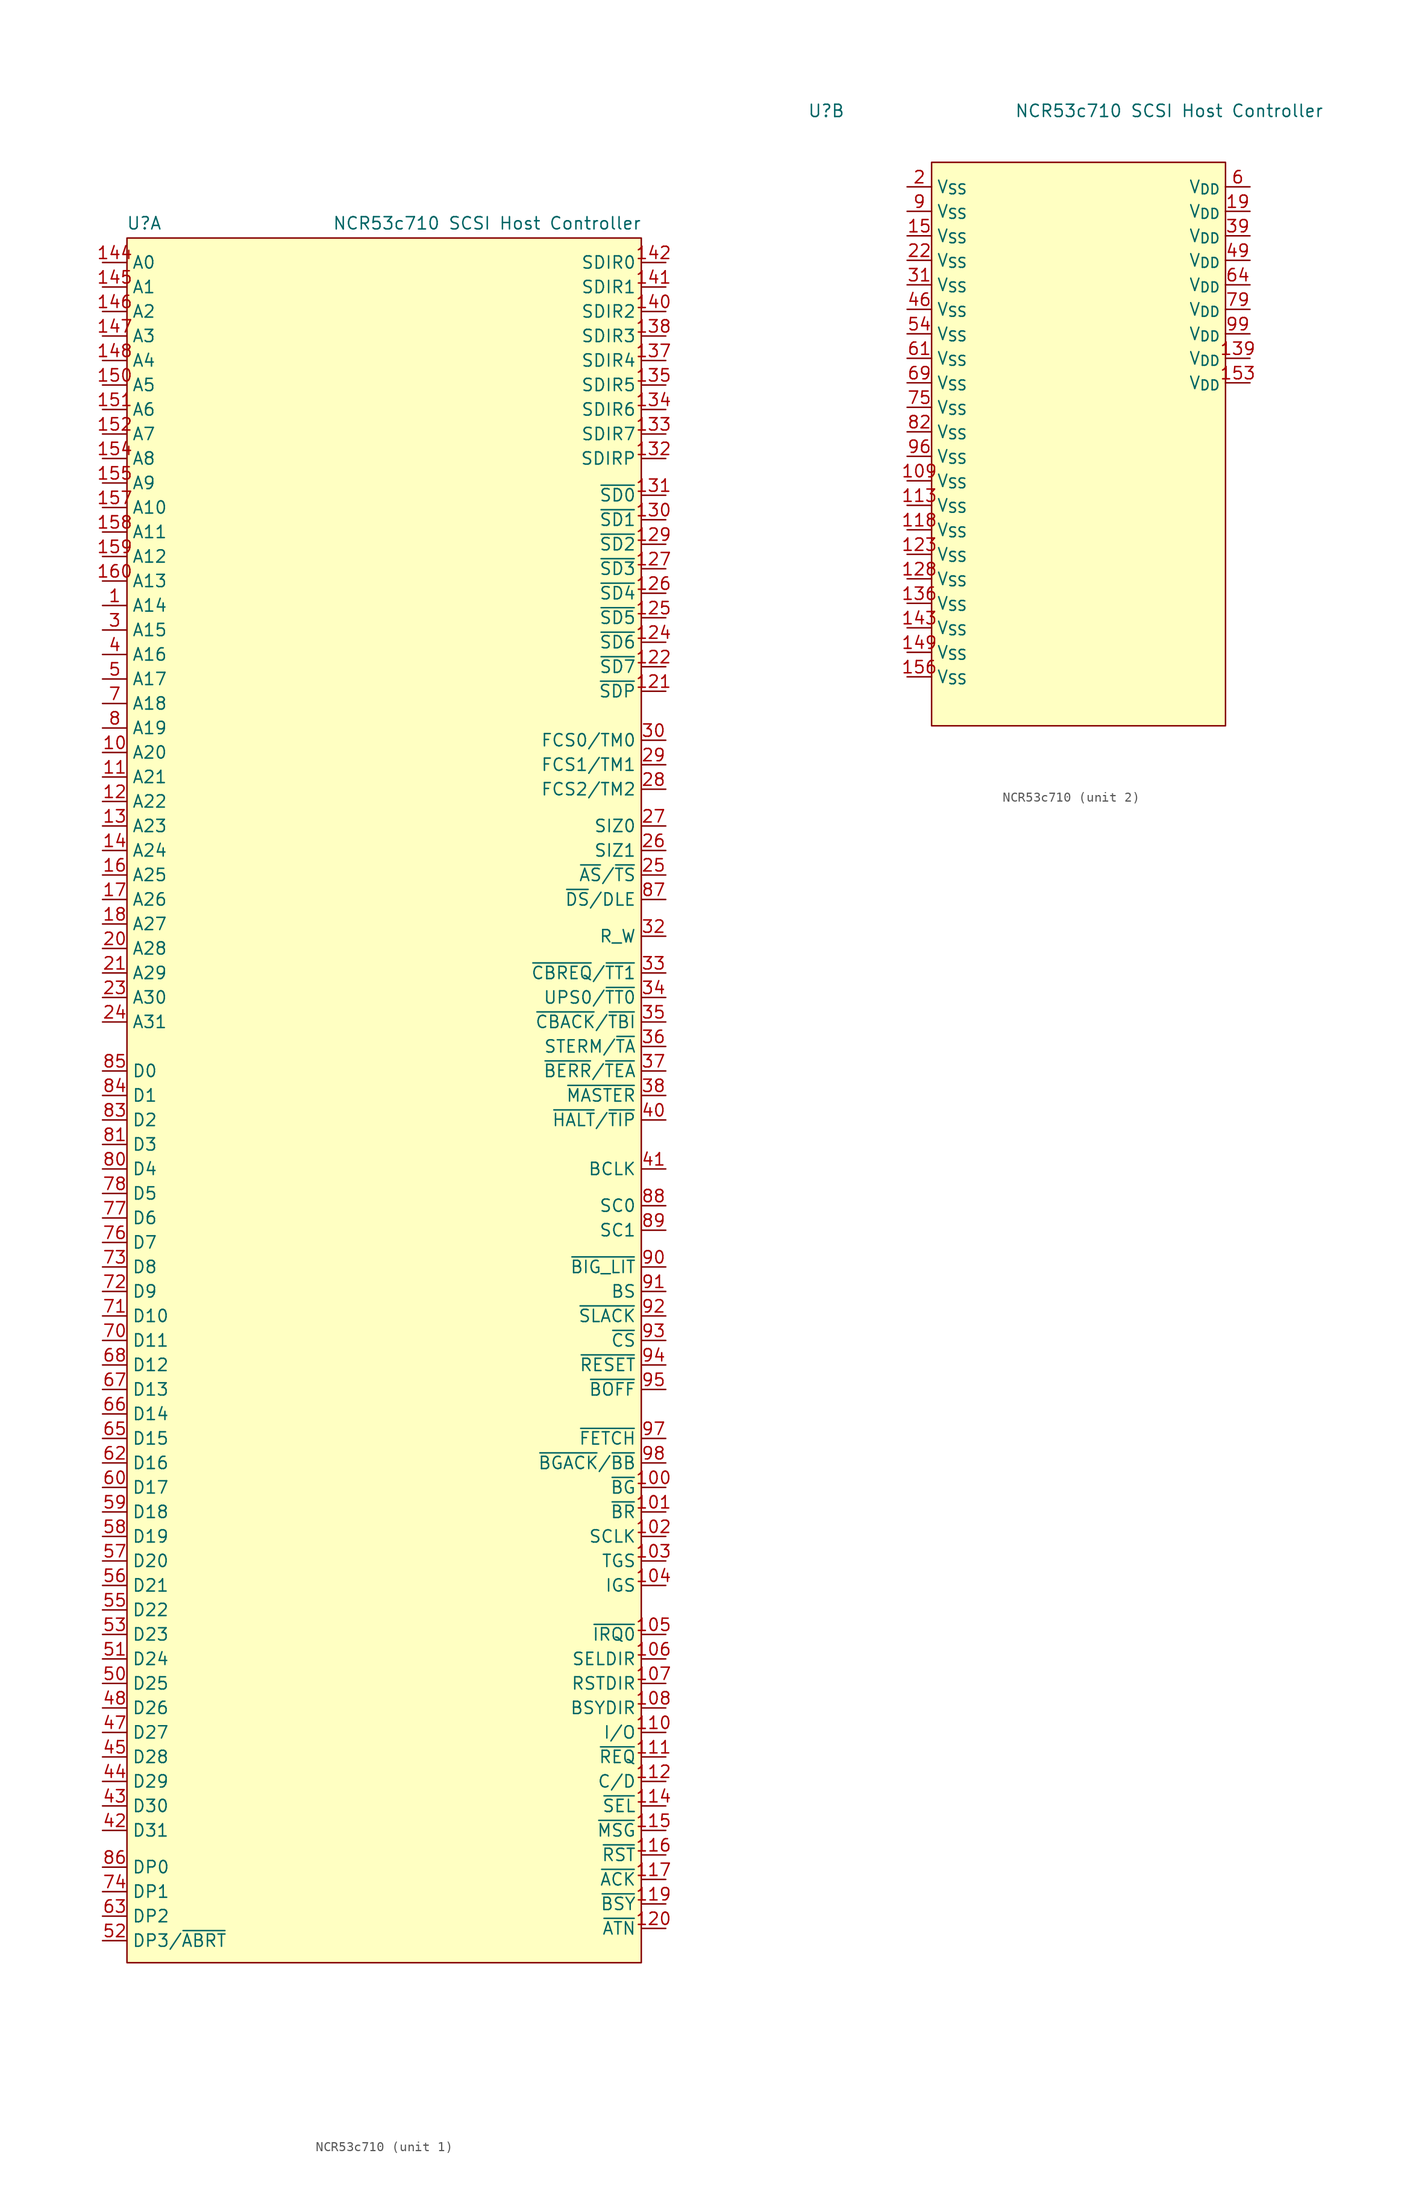
<source format=kicad_sym>
(kicad_symbol_lib
  (version 20241209)
  (generator "kicad_symbol_editor")
  (generator_version "9.0")
  (symbol "NCR53c710"
    (property "Reference" "U"
      (at -26.162 43.434 0)
      (effects (font (size 1.27 1.27))))
    (property "Value" "NCR53c710 SCSI Host Controller"
      (at 9.398 43.434 0)
      (effects (font (size 1.27 1.27))))
    (property "ki_locked" ""
      (at 0 0 0)
      (effects (font (size 1.27 1.27))))
    (symbol "NCR53c710_1_1"
      (rectangle (start -27.94 41.91) (end 25.4 -136.906) (stroke (width 0) (type solid)) (fill (type color) (color 255 255 194 1)))
      (pin input line (at -30.48 39.37 0) (length 2.54) (name "A0" (effects (font (size 1.27 1.27)))) (number "144" (effects (font (size 1.27 1.27)))))
      (pin input line (at -30.48 36.83 0) (length 2.54) (name "A1" (effects (font (size 1.27 1.27)))) (number "145" (effects (font (size 1.27 1.27)))))
      (pin input line (at -30.48 34.29 0) (length 2.54) (name "A2" (effects (font (size 1.27 1.27)))) (number "146" (effects (font (size 1.27 1.27)))))
      (pin input line (at -30.48 31.75 0) (length 2.54) (name "A3" (effects (font (size 1.27 1.27)))) (number "147" (effects (font (size 1.27 1.27)))))
      (pin input line (at -30.48 29.21 0) (length 2.54) (name "A4" (effects (font (size 1.27 1.27)))) (number "148" (effects (font (size 1.27 1.27)))))
      (pin input line (at -30.48 26.67 0) (length 2.54) (name "A5" (effects (font (size 1.27 1.27)))) (number "150" (effects (font (size 1.27 1.27)))))
      (pin input line (at -30.48 24.13 0) (length 2.54) (name "A6" (effects (font (size 1.27 1.27)))) (number "151" (effects (font (size 1.27 1.27)))))
      (pin input line (at -30.48 21.59 0) (length 2.54) (name "A7" (effects (font (size 1.27 1.27)))) (number "152" (effects (font (size 1.27 1.27)))))
      (pin input line (at -30.48 19.05 0) (length 2.54) (name "A8" (effects (font (size 1.27 1.27)))) (number "154" (effects (font (size 1.27 1.27)))))
      (pin input line (at -30.48 16.51 0) (length 2.54) (name "A9" (effects (font (size 1.27 1.27)))) (number "155" (effects (font (size 1.27 1.27)))))
      (pin input line (at -30.48 13.97 0) (length 2.54) (name "A10" (effects (font (size 1.27 1.27)))) (number "157" (effects (font (size 1.27 1.27)))))
      (pin input line (at -30.48 11.43 0) (length 2.54) (name "A11" (effects (font (size 1.27 1.27)))) (number "158" (effects (font (size 1.27 1.27)))))
      (pin input line (at -30.48 8.89 0) (length 2.54) (name "A12" (effects (font (size 1.27 1.27)))) (number "159" (effects (font (size 1.27 1.27)))))
      (pin input line (at -30.48 6.35 0) (length 2.54) (name "A13" (effects (font (size 1.27 1.27)))) (number "160" (effects (font (size 1.27 1.27)))))
      (pin input line (at -30.48 3.81 0) (length 2.54) (name "A14" (effects (font (size 1.27 1.27)))) (number "1" (effects (font (size 1.27 1.27)))))
      (pin input line (at -30.48 1.27 0) (length 2.54) (name "A15" (effects (font (size 1.27 1.27)))) (number "3" (effects (font (size 1.27 1.27)))))
      (pin input line (at -30.48 -1.27 0) (length 2.54) (name "A16" (effects (font (size 1.27 1.27)))) (number "4" (effects (font (size 1.27 1.27)))))
      (pin input line (at -30.48 -3.81 0) (length 2.54) (name "A17" (effects (font (size 1.27 1.27)))) (number "5" (effects (font (size 1.27 1.27)))))
      (pin input line (at -30.48 -6.35 0) (length 2.54) (name "A18" (effects (font (size 1.27 1.27)))) (number "7" (effects (font (size 1.27 1.27)))))
      (pin input line (at -30.48 -8.89 0) (length 2.54) (name "A19" (effects (font (size 1.27 1.27)))) (number "8" (effects (font (size 1.27 1.27)))))
      (pin input line (at -30.48 -11.43 0) (length 2.54) (name "A20" (effects (font (size 1.27 1.27)))) (number "10" (effects (font (size 1.27 1.27)))))
      (pin input line (at -30.48 -13.97 0) (length 2.54) (name "A21" (effects (font (size 1.27 1.27)))) (number "11" (effects (font (size 1.27 1.27)))))
      (pin input line (at -30.48 -16.51 0) (length 2.54) (name "A22" (effects (font (size 1.27 1.27)))) (number "12" (effects (font (size 1.27 1.27)))))
      (pin input line (at -30.48 -19.05 0) (length 2.54) (name "A23" (effects (font (size 1.27 1.27)))) (number "13" (effects (font (size 1.27 1.27)))))
      (pin input line (at -30.48 -21.59 0) (length 2.54) (name "A24" (effects (font (size 1.27 1.27)))) (number "14" (effects (font (size 1.27 1.27)))))
      (pin input line (at -30.48 -24.13 0) (length 2.54) (name "A25" (effects (font (size 1.27 1.27)))) (number "16" (effects (font (size 1.27 1.27)))))
      (pin input line (at -30.48 -26.67 0) (length 2.54) (name "A26" (effects (font (size 1.27 1.27)))) (number "17" (effects (font (size 1.27 1.27)))))
      (pin input line (at -30.48 -29.21 0) (length 2.54) (name "A27" (effects (font (size 1.27 1.27)))) (number "18" (effects (font (size 1.27 1.27)))))
      (pin input line (at -30.48 -31.75 0) (length 2.54) (name "A28" (effects (font (size 1.27 1.27)))) (number "20" (effects (font (size 1.27 1.27)))))
      (pin input line (at -30.48 -34.29 0) (length 2.54) (name "A29" (effects (font (size 1.27 1.27)))) (number "21" (effects (font (size 1.27 1.27)))))
      (pin input line (at -30.48 -36.83 0) (length 2.54) (name "A30" (effects (font (size 1.27 1.27)))) (number "23" (effects (font (size 1.27 1.27)))))
      (pin input line (at -30.48 -39.37 0) (length 2.54) (name "A31" (effects (font (size 1.27 1.27)))) (number "24" (effects (font (size 1.27 1.27)))))
      (pin bidirectional line (at -30.48 -44.45 0) (length 2.54) (name "D0" (effects (font (size 1.27 1.27)))) (number "85" (effects (font (size 1.27 1.27)))))
      (pin input line (at -30.48 -46.99 0) (length 2.54) (name "D1" (effects (font (size 1.27 1.27)))) (number "84" (effects (font (size 1.27 1.27)))))
      (pin input line (at -30.48 -49.53 0) (length 2.54) (name "D2" (effects (font (size 1.27 1.27)))) (number "83" (effects (font (size 1.27 1.27)))))
      (pin input line (at -30.48 -52.07 0) (length 2.54) (name "D3" (effects (font (size 1.27 1.27)))) (number "81" (effects (font (size 1.27 1.27)))))
      (pin input line (at -30.48 -54.61 0) (length 2.54) (name "D4" (effects (font (size 1.27 1.27)))) (number "80" (effects (font (size 1.27 1.27)))))
      (pin input line (at -30.48 -57.15 0) (length 2.54) (name "D5" (effects (font (size 1.27 1.27)))) (number "78" (effects (font (size 1.27 1.27)))))
      (pin input line (at -30.48 -59.69 0) (length 2.54) (name "D6" (effects (font (size 1.27 1.27)))) (number "77" (effects (font (size 1.27 1.27)))))
      (pin input line (at -30.48 -62.23 0) (length 2.54) (name "D7" (effects (font (size 1.27 1.27)))) (number "76" (effects (font (size 1.27 1.27)))))
      (pin input line (at -30.48 -64.77 0) (length 2.54) (name "D8" (effects (font (size 1.27 1.27)))) (number "73" (effects (font (size 1.27 1.27)))))
      (pin input line (at -30.48 -67.31 0) (length 2.54) (name "D9" (effects (font (size 1.27 1.27)))) (number "72" (effects (font (size 1.27 1.27)))))
      (pin input line (at -30.48 -69.85 0) (length 2.54) (name "D10" (effects (font (size 1.27 1.27)))) (number "71" (effects (font (size 1.27 1.27)))))
      (pin input line (at -30.48 -72.39 0) (length 2.54) (name "D11" (effects (font (size 1.27 1.27)))) (number "70" (effects (font (size 1.27 1.27)))))
      (pin input line (at -30.48 -74.93 0) (length 2.54) (name "D12" (effects (font (size 1.27 1.27)))) (number "68" (effects (font (size 1.27 1.27)))))
      (pin input line (at -30.48 -77.47 0) (length 2.54) (name "D13" (effects (font (size 1.27 1.27)))) (number "67" (effects (font (size 1.27 1.27)))))
      (pin input line (at -30.48 -80.01 0) (length 2.54) (name "D14" (effects (font (size 1.27 1.27)))) (number "66" (effects (font (size 1.27 1.27)))))
      (pin input line (at -30.48 -82.55 0) (length 2.54) (name "D15" (effects (font (size 1.27 1.27)))) (number "65" (effects (font (size 1.27 1.27)))))
      (pin input line (at -30.48 -85.09 0) (length 2.54) (name "D16" (effects (font (size 1.27 1.27)))) (number "62" (effects (font (size 1.27 1.27)))))
      (pin input line (at -30.48 -87.63 0) (length 2.54) (name "D17" (effects (font (size 1.27 1.27)))) (number "60" (effects (font (size 1.27 1.27)))))
      (pin input line (at -30.48 -90.17 0) (length 2.54) (name "D18" (effects (font (size 1.27 1.27)))) (number "59" (effects (font (size 1.27 1.27)))))
      (pin input line (at -30.48 -92.71 0) (length 2.54) (name "D19" (effects (font (size 1.27 1.27)))) (number "58" (effects (font (size 1.27 1.27)))))
      (pin input line (at -30.48 -95.25 0) (length 2.54) (name "D20" (effects (font (size 1.27 1.27)))) (number "57" (effects (font (size 1.27 1.27)))))
      (pin input line (at -30.48 -97.79 0) (length 2.54) (name "D21" (effects (font (size 1.27 1.27)))) (number "56" (effects (font (size 1.27 1.27)))))
      (pin input line (at -30.48 -100.33 0) (length 2.54) (name "D22" (effects (font (size 1.27 1.27)))) (number "55" (effects (font (size 1.27 1.27)))))
      (pin input line (at -30.48 -102.87 0) (length 2.54) (name "D23" (effects (font (size 1.27 1.27)))) (number "53" (effects (font (size 1.27 1.27)))))
      (pin input line (at -30.48 -105.41 0) (length 2.54) (name "D24" (effects (font (size 1.27 1.27)))) (number "51" (effects (font (size 1.27 1.27)))))
      (pin input line (at -30.48 -107.95 0) (length 2.54) (name "D25" (effects (font (size 1.27 1.27)))) (number "50" (effects (font (size 1.27 1.27)))))
      (pin input line (at -30.48 -110.49 0) (length 2.54) (name "D26" (effects (font (size 1.27 1.27)))) (number "48" (effects (font (size 1.27 1.27)))))
      (pin input line (at -30.48 -113.03 0) (length 2.54) (name "D27" (effects (font (size 1.27 1.27)))) (number "47" (effects (font (size 1.27 1.27)))))
      (pin input line (at -30.48 -115.57 0) (length 2.54) (name "D28" (effects (font (size 1.27 1.27)))) (number "45" (effects (font (size 1.27 1.27)))))
      (pin input line (at -30.48 -118.11 0) (length 2.54) (name "D29" (effects (font (size 1.27 1.27)))) (number "44" (effects (font (size 1.27 1.27)))))
      (pin input line (at -30.48 -120.65 0) (length 2.54) (name "D30" (effects (font (size 1.27 1.27)))) (number "43" (effects (font (size 1.27 1.27)))))
      (pin input line (at -30.48 -123.19 0) (length 2.54) (name "D31" (effects (font (size 1.27 1.27)))) (number "42" (effects (font (size 1.27 1.27)))))
      (pin input line (at -30.48 -127 0) (length 2.54) (name "DP0" (effects (font (size 1.27 1.27)))) (number "86" (effects (font (size 1.27 1.27)))))
      (pin input line (at -30.48 -129.54 0) (length 2.54) (name "DP1" (effects (font (size 1.27 1.27)))) (number "74" (effects (font (size 1.27 1.27)))))
      (pin input line (at -30.48 -132.08 0) (length 2.54) (name "DP2" (effects (font (size 1.27 1.27)))) (number "63" (effects (font (size 1.27 1.27)))))
      (pin input line (at -30.48 -134.62 0) (length 2.54) (name "DP3/~{ABRT}" (effects (font (size 1.27 1.27)))) (number "52" (effects (font (size 1.27 1.27)))))
      (pin input line (at 27.94 39.37 180) (length 2.54) (name "SDIR0" (effects (font (size 1.27 1.27)))) (number "142" (effects (font (size 1.27 1.27)))))
      (pin input line (at 27.94 36.83 180) (length 2.54) (name "SDIR1" (effects (font (size 1.27 1.27)))) (number "141" (effects (font (size 1.27 1.27)))))
      (pin input line (at 27.94 34.29 180) (length 2.54) (name "SDIR2" (effects (font (size 1.27 1.27)))) (number "140" (effects (font (size 1.27 1.27)))))
      (pin input line (at 27.94 31.75 180) (length 2.54) (name "SDIR3" (effects (font (size 1.27 1.27)))) (number "138" (effects (font (size 1.27 1.27)))))
      (pin input line (at 27.94 29.21 180) (length 2.54) (name "SDIR4" (effects (font (size 1.27 1.27)))) (number "137" (effects (font (size 1.27 1.27)))))
      (pin input line (at 27.94 26.67 180) (length 2.54) (name "SDIR5" (effects (font (size 1.27 1.27)))) (number "135" (effects (font (size 1.27 1.27)))))
      (pin input line (at 27.94 24.13 180) (length 2.54) (name "SDIR6" (effects (font (size 1.27 1.27)))) (number "134" (effects (font (size 1.27 1.27)))))
      (pin input line (at 27.94 21.59 180) (length 2.54) (name "SDIR7" (effects (font (size 1.27 1.27)))) (number "133" (effects (font (size 1.27 1.27)))))
      (pin input line (at 27.94 19.05 180) (length 2.54) (name "SDIRP" (effects (font (size 1.27 1.27)))) (number "132" (effects (font (size 1.27 1.27)))))
      (pin input line (at 27.94 15.24 180) (length 2.54) (name "~{SD0}" (effects (font (size 1.27 1.27)))) (number "131" (effects (font (size 1.27 1.27)))))
      (pin input line (at 27.94 12.7 180) (length 2.54) (name "~{SD1}" (effects (font (size 1.27 1.27)))) (number "130" (effects (font (size 1.27 1.27)))))
      (pin input line (at 27.94 10.16 180) (length 2.54) (name "~{SD2}" (effects (font (size 1.27 1.27)))) (number "129" (effects (font (size 1.27 1.27)))))
      (pin input line (at 27.94 7.62 180) (length 2.54) (name "~{SD3}" (effects (font (size 1.27 1.27)))) (number "127" (effects (font (size 1.27 1.27)))))
      (pin input line (at 27.94 5.08 180) (length 2.54) (name "~{SD4}" (effects (font (size 1.27 1.27)))) (number "126" (effects (font (size 1.27 1.27)))))
      (pin input line (at 27.94 2.54 180) (length 2.54) (name "~{SD5}" (effects (font (size 1.27 1.27)))) (number "125" (effects (font (size 1.27 1.27)))))
      (pin input line (at 27.94 0 180) (length 2.54) (name "~{SD6}" (effects (font (size 1.27 1.27)))) (number "124" (effects (font (size 1.27 1.27)))))
      (pin input line (at 27.94 -2.54 180) (length 2.54) (name "~{SD7}" (effects (font (size 1.27 1.27)))) (number "122" (effects (font (size 1.27 1.27)))))
      (pin input line (at 27.94 -5.08 180) (length 2.54) (name "~{SDP}" (effects (font (size 1.27 1.27)))) (number "121" (effects (font (size 1.27 1.27)))))
      (pin input line (at 27.94 -10.16 180) (length 2.54) (name "FCS0/TM0" (effects (font (size 1.27 1.27)))) (number "30" (effects (font (size 1.27 1.27)))))
      (pin input line (at 27.94 -12.7 180) (length 2.54) (name "FCS1/TM1" (effects (font (size 1.27 1.27)))) (number "29" (effects (font (size 1.27 1.27)))))
      (pin input line (at 27.94 -15.24 180) (length 2.54) (name "FCS2/TM2" (effects (font (size 1.27 1.27)))) (number "28" (effects (font (size 1.27 1.27)))))
      (pin input line (at 27.94 -19.05 180) (length 2.54) (name "SIZ0" (effects (font (size 1.27 1.27)))) (number "27" (effects (font (size 1.27 1.27)))))
      (pin input line (at 27.94 -21.59 180) (length 2.54) (name "SIZ1" (effects (font (size 1.27 1.27)))) (number "26" (effects (font (size 1.27 1.27)))))
      (pin input line (at 27.94 -24.13 180) (length 2.54) (name "~{AS}/~{TS}" (effects (font (size 1.27 1.27)))) (number "25" (effects (font (size 1.27 1.27)))))
      (pin bidirectional line (at 27.94 -26.67 180) (length 2.54) (name "~{DS}/DLE" (effects (font (size 1.27 1.27)))) (number "87" (effects (font (size 1.27 1.27)))))
      (pin input line (at 27.94 -30.48 180) (length 2.54) (name "R_W" (effects (font (size 1.27 1.27)))) (number "32" (effects (font (size 1.27 1.27)))))
      (pin input line (at 27.94 -34.29 180) (length 2.54) (name "~{CBREQ}/~{TT1}" (effects (font (size 1.27 1.27)))) (number "33" (effects (font (size 1.27 1.27)))))
      (pin input line (at 27.94 -36.83 180) (length 2.54) (name "UPS0/~{TT0}" (effects (font (size 1.27 1.27)))) (number "34" (effects (font (size 1.27 1.27)))))
      (pin input line (at 27.94 -39.37 180) (length 2.54) (name "~{CBACK}/~{TBI}" (effects (font (size 1.27 1.27)))) (number "35" (effects (font (size 1.27 1.27)))))
      (pin input line (at 27.94 -41.91 180) (length 2.54) (name "STERM/~{TA}" (effects (font (size 1.27 1.27)))) (number "36" (effects (font (size 1.27 1.27)))))
      (pin input line (at 27.94 -44.45 180) (length 2.54) (name "~{BERR}/~{TEA}" (effects (font (size 1.27 1.27)))) (number "37" (effects (font (size 1.27 1.27)))))
      (pin input line (at 27.94 -46.99 180) (length 2.54) (name "~{MASTER}" (effects (font (size 1.27 1.27)))) (number "38" (effects (font (size 1.27 1.27)))))
      (pin input line (at 27.94 -49.53 180) (length 2.54) (name "~{HALT}/~{TIP}" (effects (font (size 1.27 1.27)))) (number "40" (effects (font (size 1.27 1.27)))))
      (pin input line (at 27.94 -54.61 180) (length 2.54) (name "BCLK" (effects (font (size 1.27 1.27)))) (number "41" (effects (font (size 1.27 1.27)))))
      (pin input line (at 27.94 -58.42 180) (length 2.54) (name "SC0" (effects (font (size 1.27 1.27)))) (number "88" (effects (font (size 1.27 1.27)))))
      (pin input line (at 27.94 -60.96 180) (length 2.54) (name "SC1" (effects (font (size 1.27 1.27)))) (number "89" (effects (font (size 1.27 1.27)))))
      (pin input line (at 27.94 -64.77 180) (length 2.54) (name "~{BIG_LIT}" (effects (font (size 1.27 1.27)))) (number "90" (effects (font (size 1.27 1.27)))))
      (pin input line (at 27.94 -67.31 180) (length 2.54) (name "BS" (effects (font (size 1.27 1.27)))) (number "91" (effects (font (size 1.27 1.27)))))
      (pin input line (at 27.94 -69.85 180) (length 2.54) (name "~{SLACK}" (effects (font (size 1.27 1.27)))) (number "92" (effects (font (size 1.27 1.27)))))
      (pin input line (at 27.94 -72.39 180) (length 2.54) (name "~{CS}" (effects (font (size 1.27 1.27)))) (number "93" (effects (font (size 1.27 1.27)))))
      (pin input line (at 27.94 -74.93 180) (length 2.54) (name "~{RESET}" (effects (font (size 1.27 1.27)))) (number "94" (effects (font (size 1.27 1.27)))))
      (pin input line (at 27.94 -77.47 180) (length 2.54) (name "~{BOFF}" (effects (font (size 1.27 1.27)))) (number "95" (effects (font (size 1.27 1.27)))))
      (pin input line (at 27.94 -82.55 180) (length 2.54) (name "~{FETCH}" (effects (font (size 1.27 1.27)))) (number "97" (effects (font (size 1.27 1.27)))))
      (pin input line (at 27.94 -85.09 180) (length 2.54) (name "~{BGACK}/~{BB}" (effects (font (size 1.27 1.27)))) (number "98" (effects (font (size 1.27 1.27)))))
      (pin input line (at 27.94 -87.63 180) (length 2.54) (name "~{BG}" (effects (font (size 1.27 1.27)))) (number "100" (effects (font (size 1.27 1.27)))))
      (pin input line (at 27.94 -90.17 180) (length 2.54) (name "~{BR}" (effects (font (size 1.27 1.27)))) (number "101" (effects (font (size 1.27 1.27)))))
      (pin input line (at 27.94 -92.71 180) (length 2.54) (name "SCLK" (effects (font (size 1.27 1.27)))) (number "102" (effects (font (size 1.27 1.27)))))
      (pin input line (at 27.94 -95.25 180) (length 2.54) (name "TGS" (effects (font (size 1.27 1.27)))) (number "103" (effects (font (size 1.27 1.27)))))
      (pin input line (at 27.94 -97.79 180) (length 2.54) (name "IGS" (effects (font (size 1.27 1.27)))) (number "104" (effects (font (size 1.27 1.27)))))
      (pin input line (at 27.94 -102.87 180) (length 2.54) (name "~{IRQ0}" (effects (font (size 1.27 1.27)))) (number "105" (effects (font (size 1.27 1.27)))))
      (pin input line (at 27.94 -105.41 180) (length 2.54) (name "SELDIR" (effects (font (size 1.27 1.27)))) (number "106" (effects (font (size 1.27 1.27)))))
      (pin input line (at 27.94 -107.95 180) (length 2.54) (name "RSTDIR" (effects (font (size 1.27 1.27)))) (number "107" (effects (font (size 1.27 1.27)))))
      (pin input line (at 27.94 -110.49 180) (length 2.54) (name "BSYDIR" (effects (font (size 1.27 1.27)))) (number "108" (effects (font (size 1.27 1.27)))))
      (pin input line (at 27.94 -113.03 180) (length 2.54) (name "I/O" (effects (font (size 1.27 1.27)))) (number "110" (effects (font (size 1.27 1.27)))))
      (pin input line (at 27.94 -115.57 180) (length 2.54) (name "~{REQ}" (effects (font (size 1.27 1.27)))) (number "111" (effects (font (size 1.27 1.27)))))
      (pin input line (at 27.94 -118.11 180) (length 2.54) (name "C/D" (effects (font (size 1.27 1.27)))) (number "112" (effects (font (size 1.27 1.27)))))
      (pin input line (at 27.94 -120.65 180) (length 2.54) (name "~{SEL}" (effects (font (size 1.27 1.27)))) (number "114" (effects (font (size 1.27 1.27)))))
      (pin input line (at 27.94 -123.19 180) (length 2.54) (name "~{MSG}" (effects (font (size 1.27 1.27)))) (number "115" (effects (font (size 1.27 1.27)))))
      (pin input line (at 27.94 -125.73 180) (length 2.54) (name "~{RST}" (effects (font (size 1.27 1.27)))) (number "116" (effects (font (size 1.27 1.27)))))
      (pin input line (at 27.94 -128.27 180) (length 2.54) (name "~{ACK}" (effects (font (size 1.27 1.27)))) (number "117" (effects (font (size 1.27 1.27)))))
      (pin input line (at 27.94 -130.81 180) (length 2.54) (name "~{BSY}" (effects (font (size 1.27 1.27)))) (number "119" (effects (font (size 1.27 1.27)))))
      (pin input line (at 27.94 -133.35 180) (length 2.54) (name "~{ATN}" (effects (font (size 1.27 1.27)))) (number "120" (effects (font (size 1.27 1.27))))))
    (symbol "NCR53c710_2_1"
      (rectangle (start -15.24 38.1) (end 15.24 -20.32) (stroke (width 0) (type solid)) (fill (type color) (color 255 255 194 1)))
      (pin power_in line (at -17.78 35.56 0) (length 2.54) (name "V_{SS}" (effects (font (size 1.27 1.27)))) (number "2" (effects (font (size 1.27 1.27)))))
      (pin power_in line (at -17.78 33.02 0) (length 2.54) (name "V_{SS}" (effects (font (size 1.27 1.27)))) (number "9" (effects (font (size 1.27 1.27)))))
      (pin power_in line (at -17.78 30.48 0) (length 2.54) (name "V_{SS}" (effects (font (size 1.27 1.27)))) (number "15" (effects (font (size 1.27 1.27)))))
      (pin power_in line (at -17.78 27.94 0) (length 2.54) (name "V_{SS}" (effects (font (size 1.27 1.27)))) (number "22" (effects (font (size 1.27 1.27)))))
      (pin power_in line (at -17.78 25.4 0) (length 2.54) (name "V_{SS}" (effects (font (size 1.27 1.27)))) (number "31" (effects (font (size 1.27 1.27)))))
      (pin power_in line (at -17.78 22.86 0) (length 2.54) (name "V_{SS}" (effects (font (size 1.27 1.27)))) (number "46" (effects (font (size 1.27 1.27)))))
      (pin power_in line (at -17.78 20.32 0) (length 2.54) (name "V_{SS}" (effects (font (size 1.27 1.27)))) (number "54" (effects (font (size 1.27 1.27)))))
      (pin power_in line (at -17.78 17.78 0) (length 2.54) (name "V_{SS}" (effects (font (size 1.27 1.27)))) (number "61" (effects (font (size 1.27 1.27)))))
      (pin power_in line (at -17.78 15.24 0) (length 2.54) (name "V_{SS}" (effects (font (size 1.27 1.27)))) (number "69" (effects (font (size 1.27 1.27)))))
      (pin power_in line (at -17.78 12.7 0) (length 2.54) (name "V_{SS}" (effects (font (size 1.27 1.27)))) (number "75" (effects (font (size 1.27 1.27)))))
      (pin power_in line (at -17.78 10.16 0) (length 2.54) (name "V_{SS}" (effects (font (size 1.27 1.27)))) (number "82" (effects (font (size 1.27 1.27)))))
      (pin power_in line (at -17.78 7.62 0) (length 2.54) (name "V_{SS}" (effects (font (size 1.27 1.27)))) (number "96" (effects (font (size 1.27 1.27)))))
      (pin power_in line (at -17.78 5.08 0) (length 2.54) (name "V_{SS}" (effects (font (size 1.27 1.27)))) (number "109" (effects (font (size 1.27 1.27)))))
      (pin power_in line (at -17.78 2.54 0) (length 2.54) (name "V_{SS}" (effects (font (size 1.27 1.27)))) (number "113" (effects (font (size 1.27 1.27)))))
      (pin power_in line (at -17.78 0 0) (length 2.54) (name "V_{SS}" (effects (font (size 1.27 1.27)))) (number "118" (effects (font (size 1.27 1.27)))))
      (pin power_in line (at -17.78 -2.54 0) (length 2.54) (name "V_{SS}" (effects (font (size 1.27 1.27)))) (number "123" (effects (font (size 1.27 1.27)))))
      (pin power_in line (at -17.78 -5.08 0) (length 2.54) (name "V_{SS}" (effects (font (size 1.27 1.27)))) (number "128" (effects (font (size 1.27 1.27)))))
      (pin power_in line (at -17.78 -7.62 0) (length 2.54) (name "V_{SS}" (effects (font (size 1.27 1.27)))) (number "136" (effects (font (size 1.27 1.27)))))
      (pin power_in line (at -17.78 -10.16 0) (length 2.54) (name "V_{SS}" (effects (font (size 1.27 1.27)))) (number "143" (effects (font (size 1.27 1.27)))))
      (pin power_in line (at -17.78 -12.7 0) (length 2.54) (name "V_{SS}" (effects (font (size 1.27 1.27)))) (number "149" (effects (font (size 1.27 1.27)))))
      (pin power_in line (at -17.78 -15.24 0) (length 2.54) (name "V_{SS}" (effects (font (size 1.27 1.27)))) (number "156" (effects (font (size 1.27 1.27)))))
      (pin power_in line (at 17.78 35.56 180) (length 2.54) (name "V_{DD}" (effects (font (size 1.27 1.27)))) (number "6" (effects (font (size 1.27 1.27)))))
      (pin power_in line (at 17.78 33.02 180) (length 2.54) (name "V_{DD}" (effects (font (size 1.27 1.27)))) (number "19" (effects (font (size 1.27 1.27)))))
      (pin power_in line (at 17.78 30.48 180) (length 2.54) (name "V_{DD}" (effects (font (size 1.27 1.27)))) (number "39" (effects (font (size 1.27 1.27)))))
      (pin power_in line (at 17.78 27.94 180) (length 2.54) (name "V_{DD}" (effects (font (size 1.27 1.27)))) (number "49" (effects (font (size 1.27 1.27)))))
      (pin power_in line (at 17.78 25.4 180) (length 2.54) (name "V_{DD}" (effects (font (size 1.27 1.27)))) (number "64" (effects (font (size 1.27 1.27)))))
      (pin power_in line (at 17.78 22.86 180) (length 2.54) (name "V_{DD}" (effects (font (size 1.27 1.27)))) (number "79" (effects (font (size 1.27 1.27)))))
      (pin power_in line (at 17.78 20.32 180) (length 2.54) (name "V_{DD}" (effects (font (size 1.27 1.27)))) (number "99" (effects (font (size 1.27 1.27)))))
      (pin power_in line (at 17.78 17.78 180) (length 2.54) (name "V_{DD}" (effects (font (size 1.27 1.27)))) (number "139" (effects (font (size 1.27 1.27)))))
      (pin power_in line (at 17.78 15.24 180) (length 2.54) (name "V_{DD}" (effects (font (size 1.27 1.27)))) (number "153" (effects (font (size 1.27 1.27))))))))
</source>
